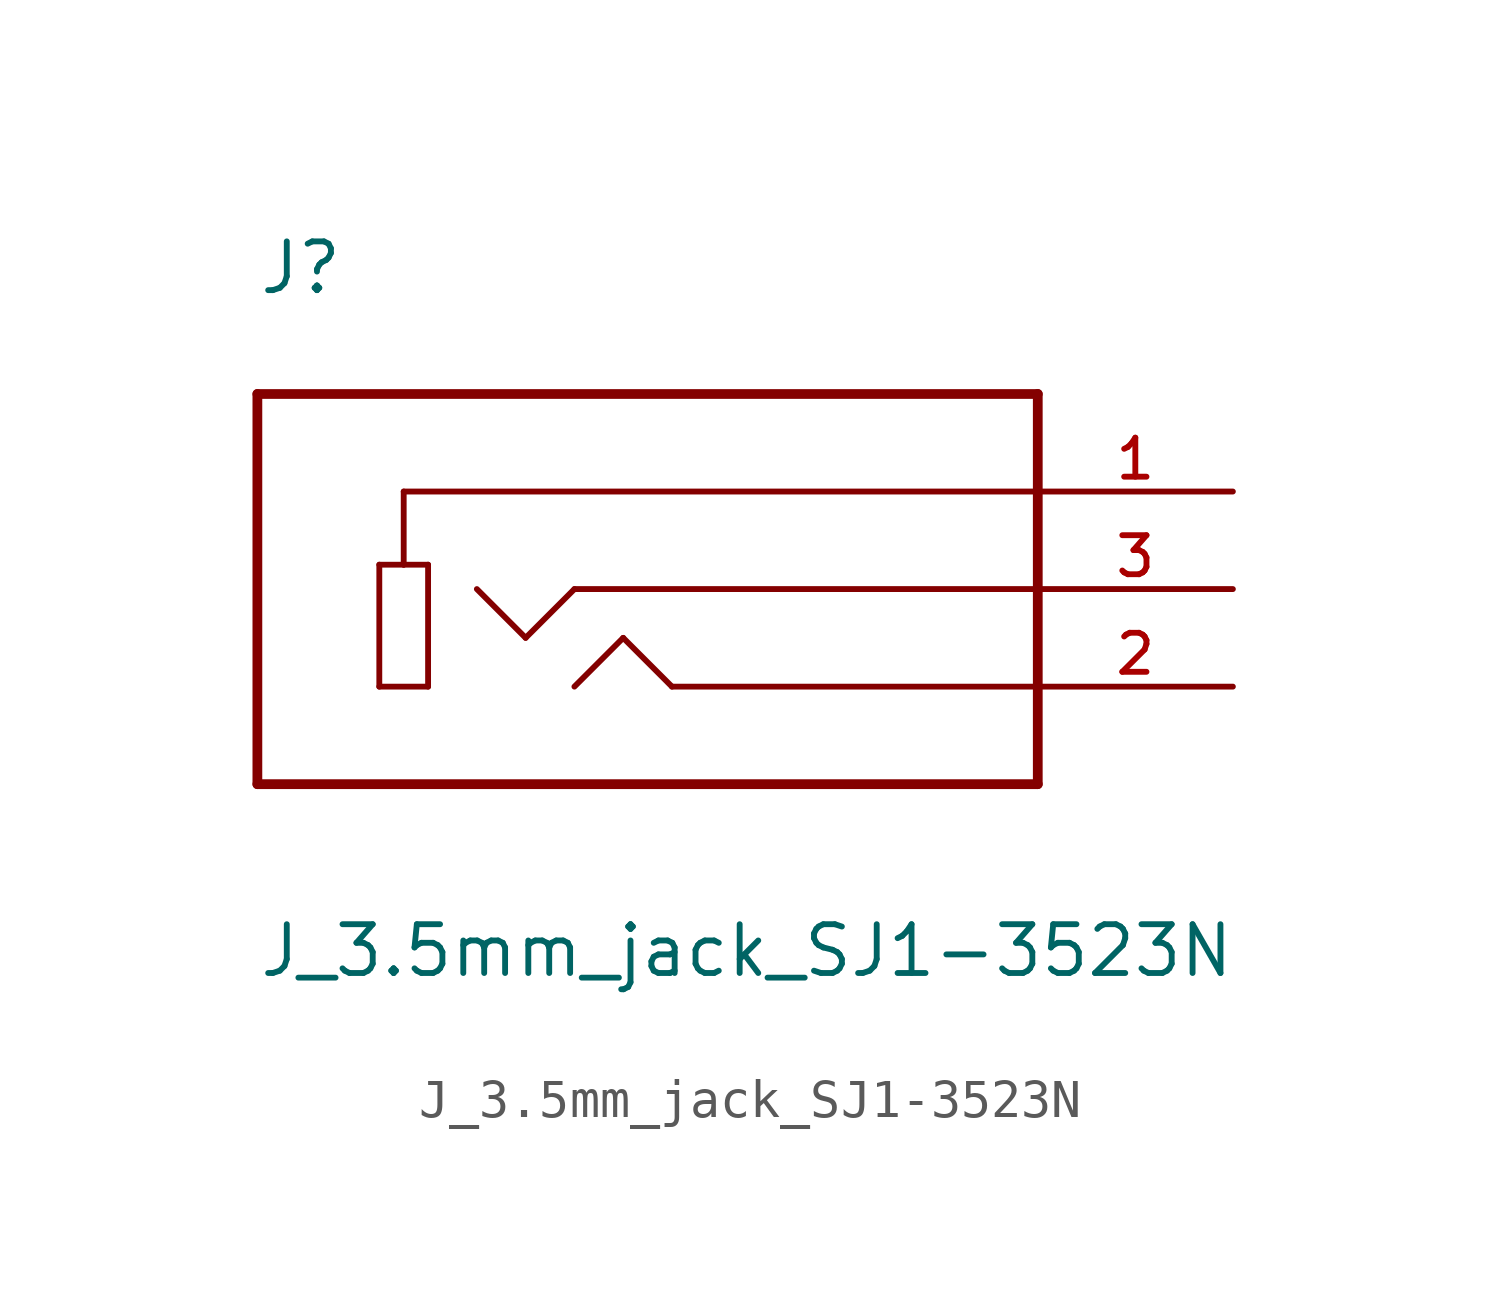
<source format=kicad_sym>
(kicad_symbol_lib
  (version 20220914)
  (generator kicad_symbol_editor)
  (symbol "J_3.5mm_jack_SJ1-3523N"
    (pin_names
      (offset 1.016) hide)
    (property "Reference" "J"
      (at -10.16 7.62 0)
      (effects (font (size 1.27 1.27)) (justify left bottom)))
    (property "Value" "J_3.5mm_jack_SJ1-3523N"
      (at -10.16 -10.16 0)
      (effects (font (size 1.27 1.27)) (justify left bottom)))
    (symbol "J_3.5mm_jack_SJ1-3523N_0_0"
      (polyline (pts (xy -10.16 -5.08) (xy 10.16 -5.08)) (stroke (width 0.254) (type solid)) (fill (type none)))
      (polyline (pts (xy -10.16 5.08) (xy -10.16 -5.08)) (stroke (width 0.254) (type solid)) (fill (type none)))
      (polyline (pts (xy -6.985 -2.54) (xy -6.985 0.635)) (stroke (width 0.152) (type solid)) (fill (type none)))
      (polyline (pts (xy -6.985 0.635) (xy -6.35 0.635)) (stroke (width 0.152) (type solid)) (fill (type none)))
      (polyline (pts (xy -6.35 0.635) (xy -5.715 0.635)) (stroke (width 0.152) (type solid)) (fill (type none)))
      (polyline (pts (xy -6.35 2.54) (xy -6.35 0.635)) (stroke (width 0.152) (type solid)) (fill (type none)))
      (polyline (pts (xy -5.715 -2.54) (xy -6.985 -2.54)) (stroke (width 0.152) (type solid)) (fill (type none)))
      (polyline (pts (xy -5.715 0.635) (xy -5.715 -2.54)) (stroke (width 0.152) (type solid)) (fill (type none)))
      (polyline (pts (xy -3.175 -1.27) (xy -4.445 0)) (stroke (width 0.152) (type solid)) (fill (type none)))
      (polyline (pts (xy -1.905 0) (xy -3.175 -1.27)) (stroke (width 0.152) (type solid)) (fill (type none)))
      (polyline (pts (xy -0.635 -1.27) (xy -1.905 -2.54)) (stroke (width 0.152) (type solid)) (fill (type none)))
      (polyline (pts (xy 0.635 -2.54) (xy -0.635 -1.27)) (stroke (width 0.152) (type solid)) (fill (type none)))
      (polyline (pts (xy 10.16 -5.08) (xy 10.16 -2.54)) (stroke (width 0.254) (type solid)) (fill (type none)))
      (polyline (pts (xy 10.16 -2.54) (xy 0.635 -2.54)) (stroke (width 0.152) (type solid)) (fill (type none)))
      (polyline (pts (xy 10.16 -2.54) (xy 10.16 0)) (stroke (width 0.254) (type solid)) (fill (type none)))
      (polyline (pts (xy 10.16 0) (xy -1.905 0)) (stroke (width 0.152) (type solid)) (fill (type none)))
      (polyline (pts (xy 10.16 0) (xy 10.16 2.54)) (stroke (width 0.254) (type solid)) (fill (type none)))
      (polyline (pts (xy 10.16 2.54) (xy -6.35 2.54)) (stroke (width 0.152) (type solid)) (fill (type none)))
      (polyline (pts (xy 10.16 2.54) (xy 10.16 5.08)) (stroke (width 0.254) (type solid)) (fill (type none)))
      (polyline (pts (xy 10.16 5.08) (xy -10.16 5.08)) (stroke (width 0.254) (type solid)) (fill (type none)))
      (pin passive line (at 15.24 2.54 180) (length 5.08) (name "~" (effects (font (size 1.016 1.016)))) (number "1" (effects (font (size 1.016 1.016)))))
      (pin passive line (at 15.24 -2.54 180) (length 5.08) (name "~" (effects (font (size 1.016 1.016)))) (number "2" (effects (font (size 1.016 1.016)))))
      (pin passive line (at 15.24 0 180) (length 5.08) (name "~" (effects (font (size 1.016 1.016)))) (number "3" (effects (font (size 1.016 1.016))))))))
</source>
